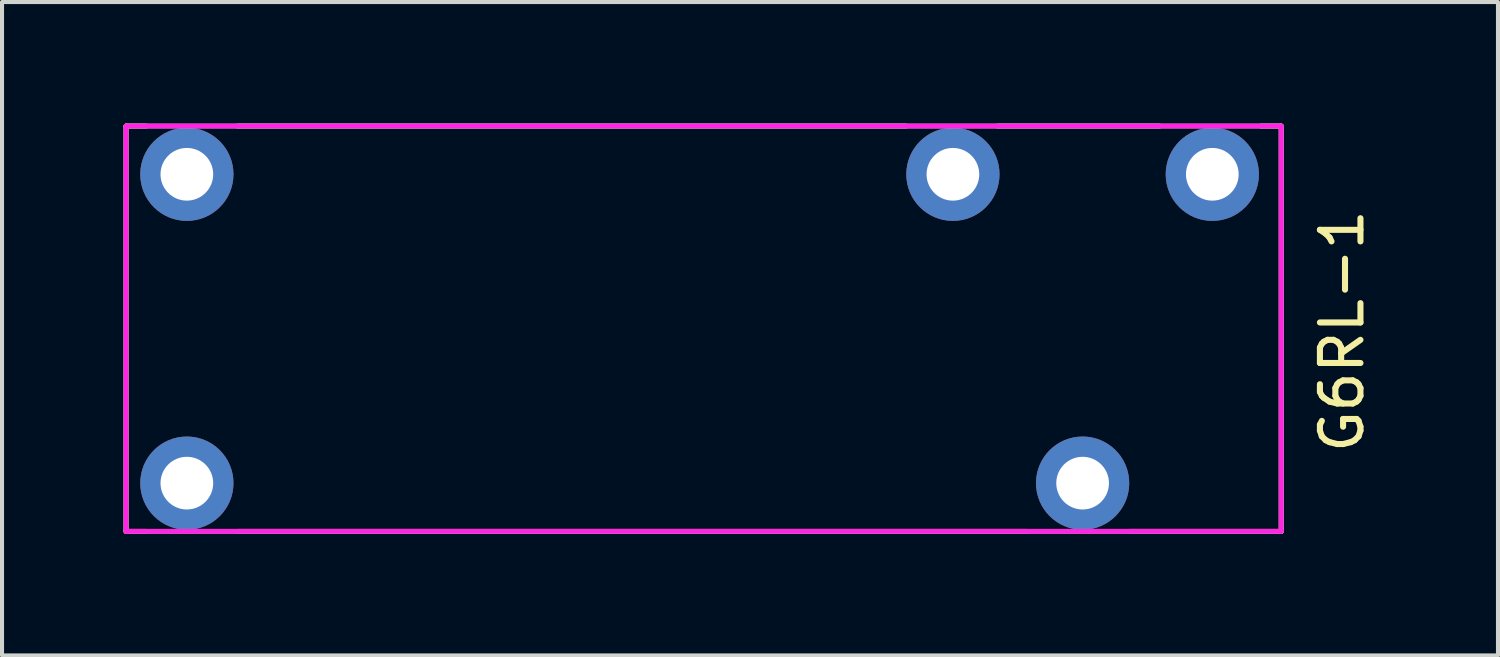
<source format=kicad_pcb>
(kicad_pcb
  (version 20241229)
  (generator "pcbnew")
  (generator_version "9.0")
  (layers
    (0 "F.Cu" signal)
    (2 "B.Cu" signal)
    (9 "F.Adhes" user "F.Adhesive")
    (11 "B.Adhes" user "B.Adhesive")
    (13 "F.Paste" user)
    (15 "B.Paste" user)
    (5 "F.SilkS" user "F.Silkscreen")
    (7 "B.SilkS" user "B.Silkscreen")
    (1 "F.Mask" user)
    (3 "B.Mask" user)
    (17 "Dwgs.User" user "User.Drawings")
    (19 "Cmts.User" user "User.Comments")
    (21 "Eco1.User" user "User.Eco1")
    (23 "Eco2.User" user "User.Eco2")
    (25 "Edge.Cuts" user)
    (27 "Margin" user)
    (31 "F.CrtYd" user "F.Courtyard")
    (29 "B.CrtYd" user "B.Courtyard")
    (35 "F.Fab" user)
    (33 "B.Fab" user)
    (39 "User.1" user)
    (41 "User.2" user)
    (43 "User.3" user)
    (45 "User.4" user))
  (footprint "G6RL-1"
    (layer "F.Cu")
    (at 1.56 8.87)
    (property "Reference" "G6RL-1" (at 28.5 -3.75 270) (layer "F.SilkS") (effects (font (size 1 1) (thickness 0.15))))
    (attr through_hole)
    (fp_line (start -1.5 -8.81) (end -1.5 1.19) (stroke (width 0.12) (type solid)) (layer "F.SilkS"))
    (fp_line (start -1.5 1.19) (end -1 1.19) (stroke (width 0.12) (type solid)) (layer "F.SilkS"))
    (fp_line (start -1 -8.81) (end -1.5 -8.81) (stroke (width 0.12) (type solid)) (layer "F.SilkS"))
    (fp_line (start 1.25 1.19) (end 20.75 1.19) (stroke (width 0.12) (type solid)) (layer "F.SilkS"))
    (fp_line (start 17.75 -8.81) (end 1.25 -8.81) (stroke (width 0.12) (type solid)) (layer "F.SilkS"))
    (fp_line (start 23.25 1.19) (end 27 1.19) (stroke (width 0.12) (type solid)) (layer "F.SilkS"))
    (fp_line (start 24 -8.81) (end 20 -8.81) (stroke (width 0.12) (type solid)) (layer "F.SilkS"))
    (fp_line (start 27 -8.81) (end 26.5 -8.81) (stroke (width 0.12) (type solid)) (layer "F.SilkS"))
    (fp_line (start 27 1.19) (end 27 -8.81) (stroke (width 0.12) (type solid)) (layer "F.SilkS"))
    (fp_line (start -1.5 -8.81) (end -1.5 1.19) (stroke (width 0.12) (type solid)) (layer "F.CrtYd"))
    (fp_line (start -1.5 1.19) (end 27 1.19) (stroke (width 0.12) (type solid)) (layer "F.CrtYd"))
    (fp_line (start 27 -8.81) (end -1.5 -8.81) (stroke (width 0.12) (type solid)) (layer "F.CrtYd"))
    (fp_line (start 27 1.19) (end 27 -8.81) (stroke (width 0.12) (type solid)) (layer "F.CrtYd"))
    (fp_line (start -1.5 1.19) (end -1.5 -8.81) (stroke (width 0.12) (type solid)) (layer "F.Fab"))
    (fp_line (start -1.5 1.19) (end 27 1.19) (stroke (width 0.12) (type solid)) (layer "F.Fab"))
    (fp_line (start 27 -8.81) (end -1.5 -8.81) (stroke (width 0.12) (type solid)) (layer "F.Fab"))
    (fp_line (start 27 1.19) (end 27 -8.81) (stroke (width 0.12) (type solid)) (layer "F.Fab"))
    (pad "1" thru_hole circle (at 0 0 180) (size 2.3 2.3) (drill 1.3) (layers "*.Cu" "*.Mask"))
    (pad "2" thru_hole circle (at 22.1 0 180) (size 2.3 2.3) (drill 1.3) (layers "*.Cu" "*.Mask"))
    (pad "3" thru_hole circle (at 25.3 -7.62 180) (size 2.3 2.3) (drill 1.3) (layers "*.Cu" "*.Mask"))
    (pad "4" thru_hole circle (at 18.9 -7.62 180) (size 2.3 2.3) (drill 1.3) (layers "*.Cu" "*.Mask"))
    (pad "5" thru_hole circle (at 0 -7.62 180) (size 2.3 2.3) (drill 1.3) (layers "*.Cu" "*.Mask")))
  (gr_rect
    (start -3 -3)
    (end 33.908 13.12)
    (stroke (width 0.1) (type default))
    (fill no)
    (layer "Edge.Cuts")))
</source>
